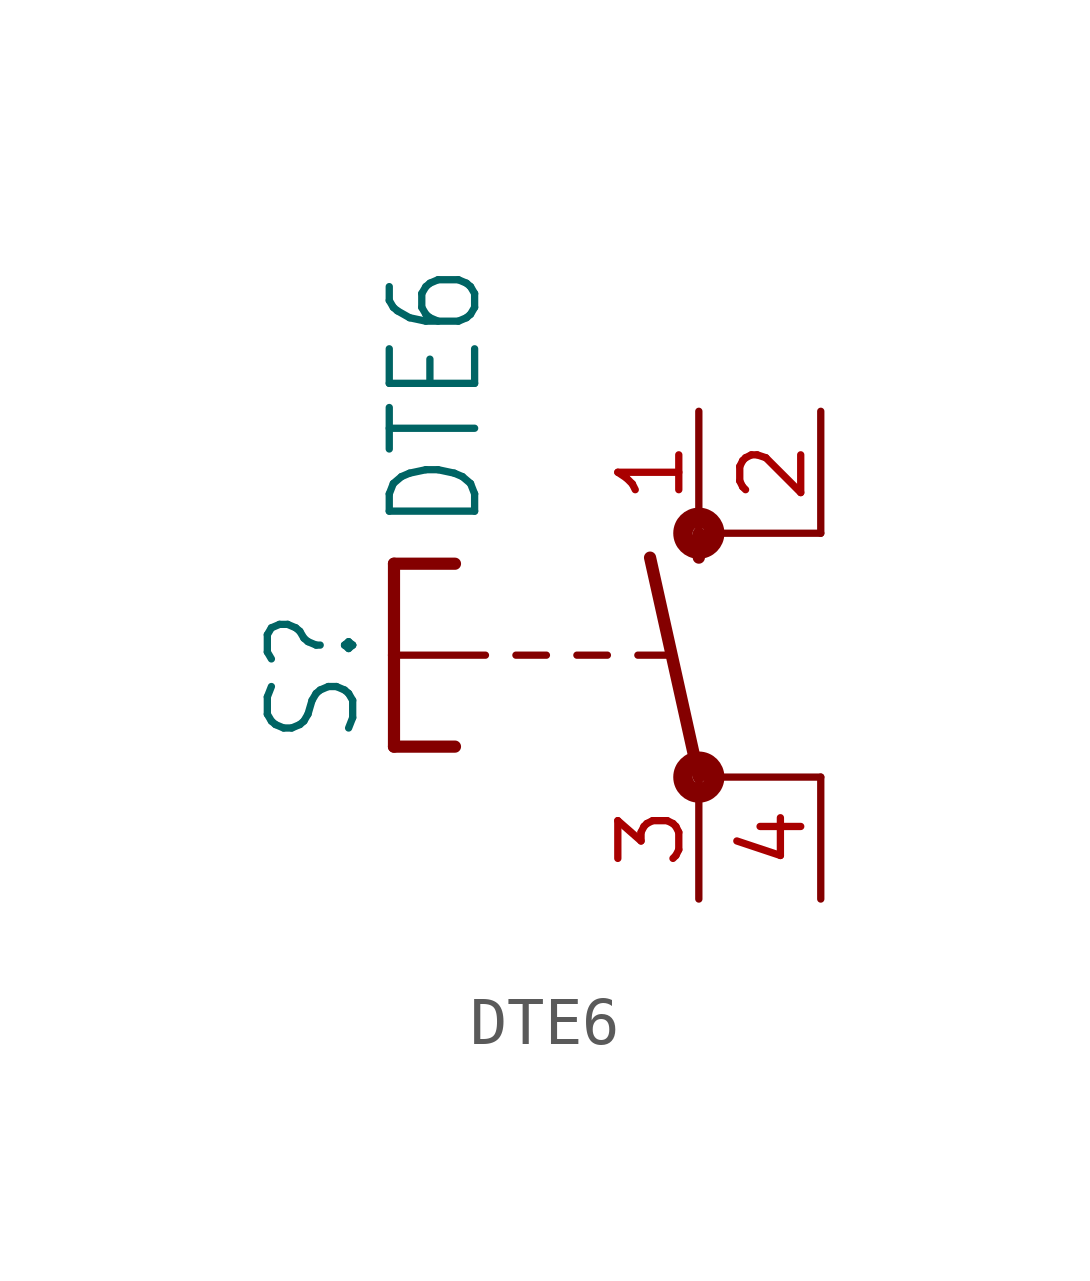
<source format=kicad_sym>
(kicad_symbol_lib
  (version 20211014)
  (generator kicad_symbol_editor)
  (symbol "DTE6"
    (property "Reference" "S"
      (at -6.985 -1.905 90)
      (effects (font (size 1.778 1.511)) (justify left bottom)))
    (property "Value" "DTE6"
      (at -4.445 2.54 90)
      (effects (font (size 1.778 1.511)) (justify left bottom)))
    (property "ki_locked" ""
      (at 0 0 0)
      (effects (font (size 1.27 1.27))))
    (symbol "DTE6_1_0"
      (circle (center 0 -2.54) (radius 0.127) (stroke (width 0.406) (type default) (color 0 0 0 0)) (fill (type none)))
      (polyline (pts (xy -6.35 -1.905) (xy -5.08 -1.905)) (stroke (width 0.254) (type default) (color 0 0 0 0)) (fill (type none)))
      (polyline (pts (xy -6.35 0) (xy -6.35 -1.905)) (stroke (width 0.254) (type default) (color 0 0 0 0)) (fill (type none)))
      (polyline (pts (xy -6.35 0) (xy -4.445 0)) (stroke (width 0.152) (type default) (color 0 0 0 0)) (fill (type none)))
      (polyline (pts (xy -6.35 1.905) (xy -6.35 0)) (stroke (width 0.254) (type default) (color 0 0 0 0)) (fill (type none)))
      (polyline (pts (xy -6.35 1.905) (xy -5.08 1.905)) (stroke (width 0.254) (type default) (color 0 0 0 0)) (fill (type none)))
      (polyline (pts (xy -3.81 0) (xy -3.175 0)) (stroke (width 0.152) (type default) (color 0 0 0 0)) (fill (type none)))
      (polyline (pts (xy -2.54 0) (xy -1.905 0)) (stroke (width 0.152) (type default) (color 0 0 0 0)) (fill (type none)))
      (polyline (pts (xy -1.27 0) (xy -0.635 0)) (stroke (width 0.152) (type default) (color 0 0 0 0)) (fill (type none)))
      (polyline (pts (xy 0 -2.54) (xy -1.016 2.032)) (stroke (width 0.254) (type default) (color 0 0 0 0)) (fill (type none)))
      (polyline (pts (xy 0 2.032) (xy 0 2.54)) (stroke (width 0.254) (type default) (color 0 0 0 0)) (fill (type none)))
      (polyline (pts (xy 2.54 -2.54) (xy 0 -2.54)) (stroke (width 0.152) (type default) (color 0 0 0 0)) (fill (type none)))
      (polyline (pts (xy 2.54 2.54) (xy 0 2.54)) (stroke (width 0.152) (type default) (color 0 0 0 0)) (fill (type none)))
      (circle (center 0 2.54) (radius 0.127) (stroke (width 0.406) (type default) (color 0 0 0 0)) (fill (type none)))
      (pin passive line (at 0 5.08 270) (length 2.54) (name "S" (effects (font (size 0 0)))) (number "1" (effects (font (size 1.27 1.27)))))
      (pin passive line (at 2.54 5.08 270) (length 2.54) (name "S@1" (effects (font (size 0 0)))) (number "2" (effects (font (size 1.27 1.27)))))
      (pin passive line (at 0 -5.08 90) (length 2.54) (name "P" (effects (font (size 0 0)))) (number "3" (effects (font (size 1.27 1.27)))))
      (pin passive line (at 2.54 -5.08 90) (length 2.54) (name "P@1" (effects (font (size 0 0)))) (number "4" (effects (font (size 1.27 1.27))))))))
</source>
